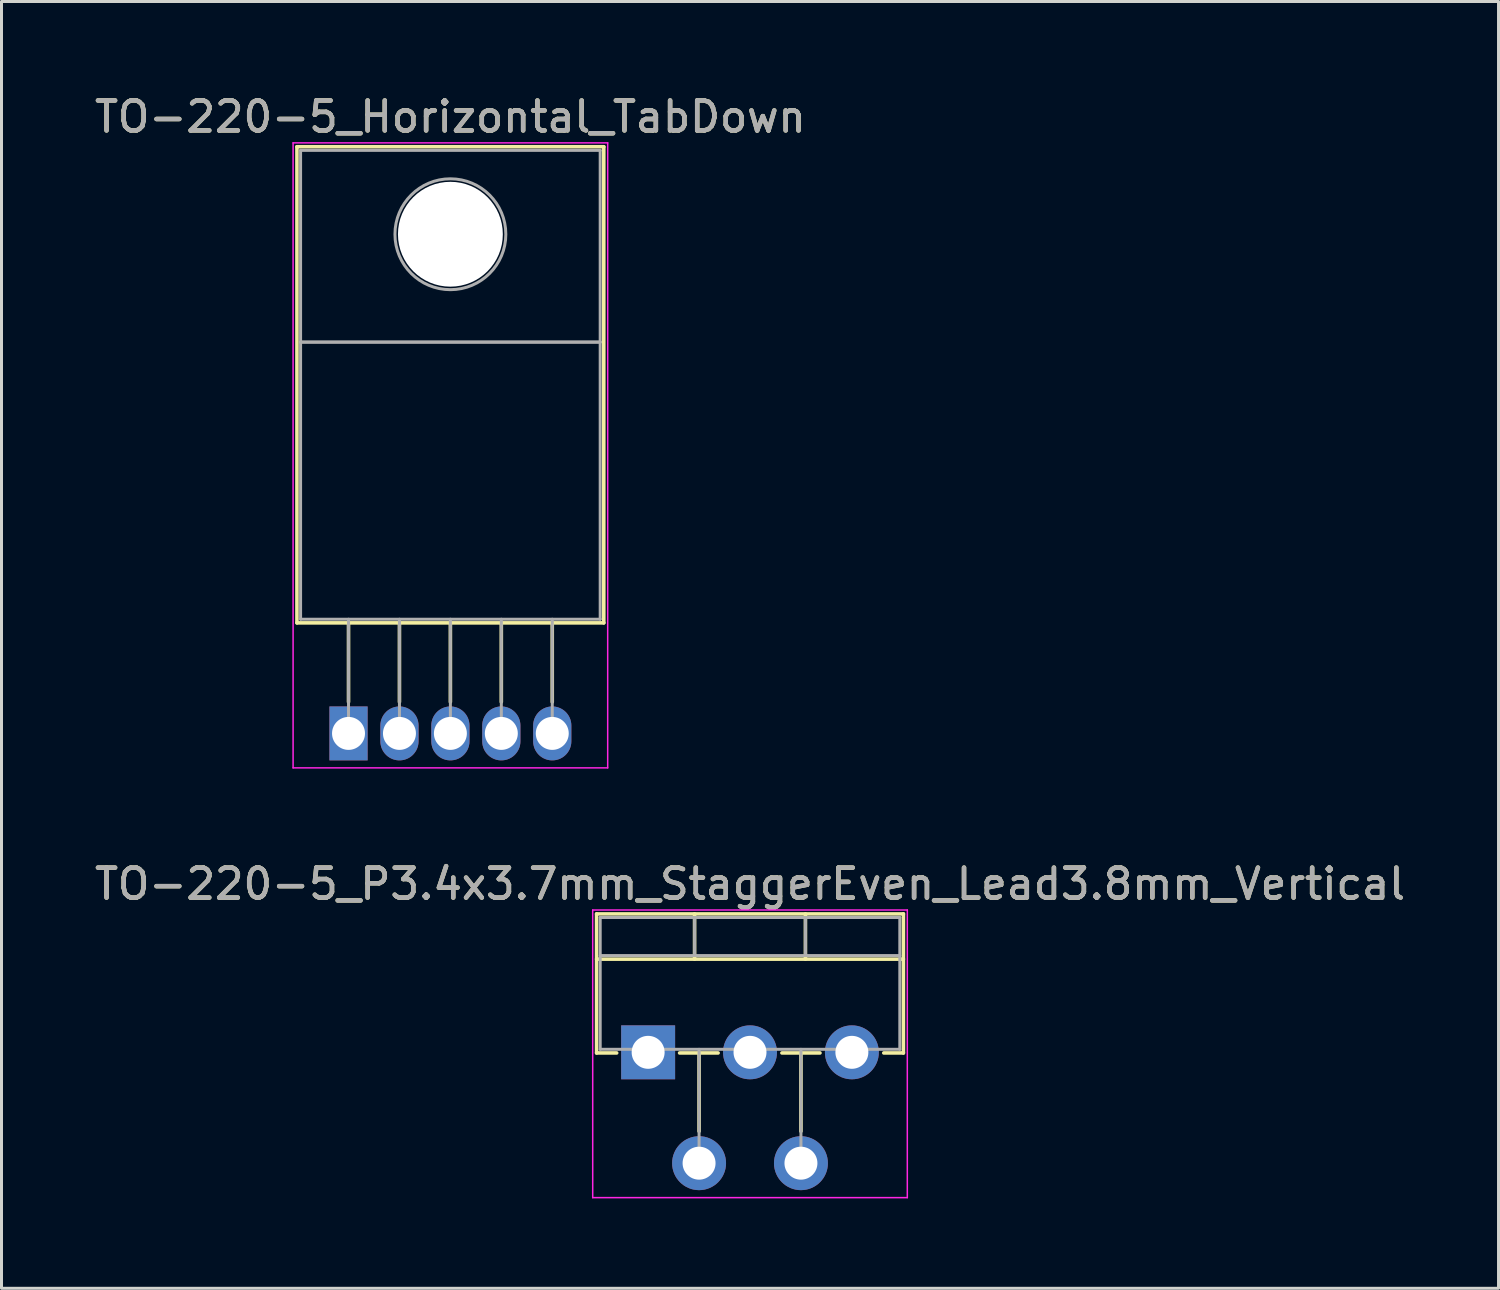
<source format=kicad_pcb>
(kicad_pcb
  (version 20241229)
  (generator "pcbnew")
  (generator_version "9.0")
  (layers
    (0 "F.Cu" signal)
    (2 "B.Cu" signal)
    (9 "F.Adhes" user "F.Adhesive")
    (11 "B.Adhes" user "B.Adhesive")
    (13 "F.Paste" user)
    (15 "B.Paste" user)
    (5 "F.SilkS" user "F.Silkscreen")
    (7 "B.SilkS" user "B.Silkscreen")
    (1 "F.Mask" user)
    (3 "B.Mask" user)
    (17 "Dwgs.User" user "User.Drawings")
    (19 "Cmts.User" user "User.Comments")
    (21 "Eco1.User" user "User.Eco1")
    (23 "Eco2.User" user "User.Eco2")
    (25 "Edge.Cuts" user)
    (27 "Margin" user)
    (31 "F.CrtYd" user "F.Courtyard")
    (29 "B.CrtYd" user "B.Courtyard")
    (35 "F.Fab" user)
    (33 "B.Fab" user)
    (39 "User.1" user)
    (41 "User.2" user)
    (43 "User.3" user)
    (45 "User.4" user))
  (footprint "TO-220-5_P3.4x3.7mm_StaggerEven_Lead3.8mm_Vertical"
    (layer "F.Cu")
    (at 18.582 32.072)
    (property "Reference" "TO-220-5_P3.4x3.7mm_StaggerEven_Lead3.8mm_Vertical" (at 3.4 -5.62 0) (layer "F.SilkS") (effects (font (size 1 1) (thickness 0.15))))
    (attr through_hole)
    (fp_line (start -1.721 -4.62) (end -1.721 0.021) (stroke (width 0.12) (type solid)) (layer "F.SilkS"))
    (fp_line (start -1.721 -4.62) (end 8.52 -4.62) (stroke (width 0.12) (type solid)) (layer "F.SilkS"))
    (fp_line (start -1.721 -3.111) (end 8.52 -3.111) (stroke (width 0.12) (type solid)) (layer "F.SilkS"))
    (fp_line (start -1.721 0.021) (end -1.05 0.021) (stroke (width 0.12) (type solid)) (layer "F.SilkS"))
    (fp_line (start 1.05 0.021) (end 2.335 0.021) (stroke (width 0.12) (type solid)) (layer "F.SilkS"))
    (fp_line (start 1.55 -4.62) (end 1.55 -3.111) (stroke (width 0.12) (type solid)) (layer "F.SilkS"))
    (fp_line (start 1.7 0.021) (end 1.7 2.635) (stroke (width 0.12) (type solid)) (layer "F.SilkS"))
    (fp_line (start 4.465 0.021) (end 5.735 0.021) (stroke (width 0.12) (type solid)) (layer "F.SilkS"))
    (fp_line (start 5.1 0.021) (end 5.1 2.635) (stroke (width 0.12) (type solid)) (layer "F.SilkS"))
    (fp_line (start 5.25 -4.62) (end 5.25 -3.111) (stroke (width 0.12) (type solid)) (layer "F.SilkS"))
    (fp_line (start 7.865 0.021) (end 8.52 0.021) (stroke (width 0.12) (type solid)) (layer "F.SilkS"))
    (fp_line (start 8.52 -4.62) (end 8.52 0.021) (stroke (width 0.12) (type solid)) (layer "F.SilkS"))
    (fp_line (start -1.85 -4.75) (end -1.85 4.85) (stroke (width 0.05) (type solid)) (layer "F.CrtYd"))
    (fp_line (start -1.85 4.85) (end 8.65 4.85) (stroke (width 0.05) (type solid)) (layer "F.CrtYd"))
    (fp_line (start 8.65 -4.75) (end -1.85 -4.75) (stroke (width 0.05) (type solid)) (layer "F.CrtYd"))
    (fp_line (start 8.65 4.85) (end 8.65 -4.75) (stroke (width 0.05) (type solid)) (layer "F.CrtYd"))
    (fp_line (start -1.6 -4.5) (end -1.6 -0.1) (stroke (width 0.1) (type solid)) (layer "F.Fab"))
    (fp_line (start -1.6 -3.23) (end 8.4 -3.23) (stroke (width 0.1) (type solid)) (layer "F.Fab"))
    (fp_line (start -1.6 -0.1) (end 8.4 -0.1) (stroke (width 0.1) (type solid)) (layer "F.Fab"))
    (fp_line (start 0 -0.1) (end 0 0) (stroke (width 0.1) (type solid)) (layer "F.Fab"))
    (fp_line (start 1.55 -4.5) (end 1.55 -3.23) (stroke (width 0.1) (type solid)) (layer "F.Fab"))
    (fp_line (start 1.7 -0.1) (end 1.7 3.7) (stroke (width 0.1) (type solid)) (layer "F.Fab"))
    (fp_line (start 3.4 -0.1) (end 3.4 0) (stroke (width 0.1) (type solid)) (layer "F.Fab"))
    (fp_line (start 5.1 -0.1) (end 5.1 3.7) (stroke (width 0.1) (type solid)) (layer "F.Fab"))
    (fp_line (start 5.25 -4.5) (end 5.25 -3.23) (stroke (width 0.1) (type solid)) (layer "F.Fab"))
    (fp_line (start 6.8 -0.1) (end 6.8 0) (stroke (width 0.1) (type solid)) (layer "F.Fab"))
    (fp_line (start 8.4 -4.5) (end -1.6 -4.5) (stroke (width 0.1) (type solid)) (layer "F.Fab"))
    (fp_line (start 8.4 -0.1) (end 8.4 -4.5) (stroke (width 0.1) (type solid)) (layer "F.Fab"))
    (fp_text user "${REFERENCE}" (at 3.4 -5.62 0) (layer "F.Fab") (effects (font (size 1 1) (thickness 0.15))))
    (pad "1" thru_hole rect (at 0 0) (size 1.8 1.8) (drill 1.1) (layers "*.Cu" "*.Mask"))
    (pad "2" thru_hole oval (at 1.7 3.7) (size 1.8 1.8) (drill 1.1) (layers "*.Cu" "*.Mask"))
    (pad "3" thru_hole oval (at 3.4 0) (size 1.8 1.8) (drill 1.1) (layers "*.Cu" "*.Mask"))
    (pad "4" thru_hole oval (at 5.1 3.7) (size 1.8 1.8) (drill 1.1) (layers "*.Cu" "*.Mask"))
    (pad "5" thru_hole oval (at 6.8 0) (size 1.8 1.8) (drill 1.1) (layers "*.Cu" "*.Mask")))
  (footprint "TO-220-5_Horizontal_TabDown"
    (layer "F.Cu")
    (at 8.582 21.428)
    (property "Reference" "TO-220-5_Horizontal_TabDown" (at 3.4 -20.58 0) (layer "F.SilkS") (effects (font (size 1 1) (thickness 0.15))))
    (attr through_hole)
    (fp_line (start -1.721 -19.58) (end -1.721 -3.69) (stroke (width 0.12) (type solid)) (layer "F.SilkS"))
    (fp_line (start -1.721 -19.58) (end 8.52 -19.58) (stroke (width 0.12) (type solid)) (layer "F.SilkS"))
    (fp_line (start -1.721 -3.69) (end 8.52 -3.69) (stroke (width 0.12) (type solid)) (layer "F.SilkS"))
    (fp_line (start 0 -3.69) (end 0 -1.05) (stroke (width 0.12) (type solid)) (layer "F.SilkS"))
    (fp_line (start 1.7 -3.69) (end 1.7 -1.05) (stroke (width 0.12) (type solid)) (layer "F.SilkS"))
    (fp_line (start 3.4 -3.69) (end 3.4 -1.05) (stroke (width 0.12) (type solid)) (layer "F.SilkS"))
    (fp_line (start 5.1 -3.69) (end 5.1 -1.05) (stroke (width 0.12) (type solid)) (layer "F.SilkS"))
    (fp_line (start 6.8 -3.69) (end 6.8 -1.05) (stroke (width 0.12) (type solid)) (layer "F.SilkS"))
    (fp_line (start 8.52 -19.58) (end 8.52 -3.69) (stroke (width 0.12) (type solid)) (layer "F.SilkS"))
    (fp_line (start -1.85 -19.71) (end -1.85 1.15) (stroke (width 0.05) (type solid)) (layer "F.CrtYd"))
    (fp_line (start -1.85 1.15) (end 8.65 1.15) (stroke (width 0.05) (type solid)) (layer "F.CrtYd"))
    (fp_line (start 8.65 -19.71) (end -1.85 -19.71) (stroke (width 0.05) (type solid)) (layer "F.CrtYd"))
    (fp_line (start 8.65 1.15) (end 8.65 -19.71) (stroke (width 0.05) (type solid)) (layer "F.CrtYd"))
    (fp_line (start -1.6 -19.46) (end 8.4 -19.46) (stroke (width 0.1) (type solid)) (layer "F.Fab"))
    (fp_line (start -1.6 -13.06) (end -1.6 -19.46) (stroke (width 0.1) (type solid)) (layer "F.Fab"))
    (fp_line (start -1.6 -13.06) (end 8.4 -13.06) (stroke (width 0.1) (type solid)) (layer "F.Fab"))
    (fp_line (start -1.6 -3.81) (end -1.6 -13.06) (stroke (width 0.1) (type solid)) (layer "F.Fab"))
    (fp_line (start 0 -3.81) (end 0 0) (stroke (width 0.1) (type solid)) (layer "F.Fab"))
    (fp_line (start 1.7 -3.81) (end 1.7 0) (stroke (width 0.1) (type solid)) (layer "F.Fab"))
    (fp_line (start 3.4 -3.81) (end 3.4 0) (stroke (width 0.1) (type solid)) (layer "F.Fab"))
    (fp_line (start 5.1 -3.81) (end 5.1 0) (stroke (width 0.1) (type solid)) (layer "F.Fab"))
    (fp_line (start 6.8 -3.81) (end 6.8 0) (stroke (width 0.1) (type solid)) (layer "F.Fab"))
    (fp_line (start 8.4 -19.46) (end 8.4 -13.06) (stroke (width 0.1) (type solid)) (layer "F.Fab"))
    (fp_line (start 8.4 -13.06) (end -1.6 -13.06) (stroke (width 0.1) (type solid)) (layer "F.Fab"))
    (fp_line (start 8.4 -13.06) (end 8.4 -3.81) (stroke (width 0.1) (type solid)) (layer "F.Fab"))
    (fp_line (start 8.4 -3.81) (end -1.6 -3.81) (stroke (width 0.1) (type solid)) (layer "F.Fab"))
    (fp_circle (center 3.4 -16.66) (end 5.25 -16.66) (stroke (width 0.1) (type solid)) (fill no) (layer "F.Fab"))
    (fp_text user "${REFERENCE}" (at 3.4 -20.58 0) (layer "F.Fab") (effects (font (size 1 1) (thickness 0.15))))
    (pad "" np_thru_hole oval (at 3.4 -16.66) (size 3.5 3.5) (drill 3.5) (layers "*.Cu" "*.Mask"))
    (pad "1" thru_hole rect (at 0 0) (size 1.275 1.8) (drill 1.1) (layers "*.Cu" "*.Mask"))
    (pad "2" thru_hole oval (at 1.7 0) (size 1.275 1.8) (drill 1.1) (layers "*.Cu" "*.Mask"))
    (pad "3" thru_hole oval (at 3.4 0) (size 1.275 1.8) (drill 1.1) (layers "*.Cu" "*.Mask"))
    (pad "4" thru_hole oval (at 5.1 0) (size 1.275 1.8) (drill 1.1) (layers "*.Cu" "*.Mask"))
    (pad "5" thru_hole oval (at 6.8 0) (size 1.275 1.8) (drill 1.1) (layers "*.Cu" "*.Mask")))
  (gr_rect
    (start -3 -3)
    (end 46.964 39.947)
    (stroke (width 0.1) (type default))
    (fill no)
    (layer "Edge.Cuts")))
</source>
